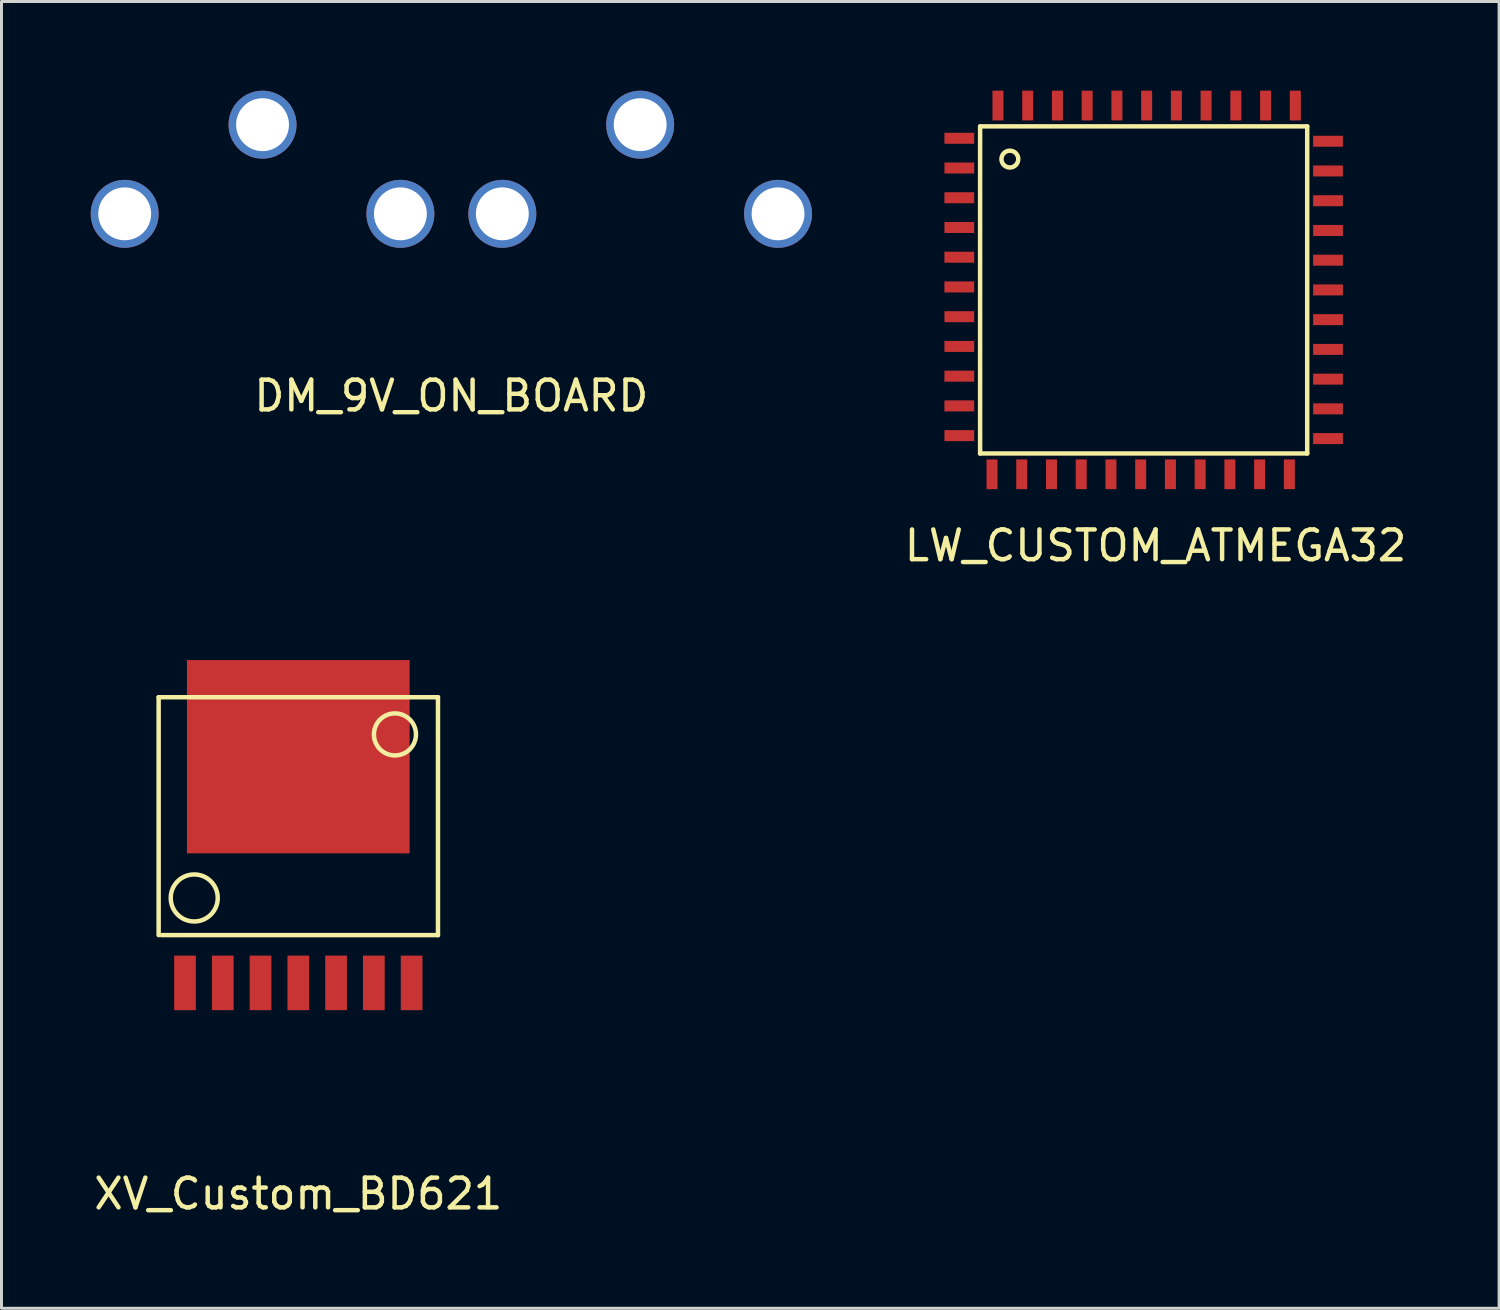
<source format=kicad_pcb>
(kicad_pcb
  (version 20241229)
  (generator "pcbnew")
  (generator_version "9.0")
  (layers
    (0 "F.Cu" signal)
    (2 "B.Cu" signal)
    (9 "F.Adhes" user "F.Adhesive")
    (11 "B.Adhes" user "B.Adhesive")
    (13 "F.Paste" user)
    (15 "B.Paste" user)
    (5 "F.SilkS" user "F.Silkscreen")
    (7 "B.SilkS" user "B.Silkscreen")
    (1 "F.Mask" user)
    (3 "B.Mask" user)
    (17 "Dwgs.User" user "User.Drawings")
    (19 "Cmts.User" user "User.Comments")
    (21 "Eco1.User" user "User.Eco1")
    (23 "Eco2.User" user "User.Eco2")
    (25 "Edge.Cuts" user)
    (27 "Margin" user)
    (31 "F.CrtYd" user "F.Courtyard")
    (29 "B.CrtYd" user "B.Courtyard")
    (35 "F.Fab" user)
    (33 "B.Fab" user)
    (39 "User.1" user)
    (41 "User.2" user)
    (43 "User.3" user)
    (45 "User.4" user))
  (footprint "XV_Custom_BD621"
    (layer "F.Cu")
    (at 6.982 24.398)
    (property "Reference" "XV_Custom_BD621" (at 0 12.7 0) (layer "F.SilkS") (effects (font (size 1 1) (thickness 0.15))))
    (attr through_hole)
    (fp_line (start -4.697 -4) (end 4.697 -4) (stroke (width 0.15) (type solid)) (layer "F.SilkS"))
    (fp_line (start -4.697 4) (end -4.697 -4) (stroke (width 0.15) (type solid)) (layer "F.SilkS"))
    (fp_line (start 4.697 -4) (end 4.697 4) (stroke (width 0.15) (type solid)) (layer "F.SilkS"))
    (fp_line (start 4.697 4) (end -4.6 4) (stroke (width 0.15) (type solid)) (layer "F.SilkS"))
    (fp_circle (center -3.5 2.75) (end -2.75 3) (stroke (width 0.15) (type solid)) (fill no) (layer "F.SilkS"))
    (fp_circle (center 3.25 -2.75) (end 2.75 -2.25) (stroke (width 0.15) (type solid)) (fill no) (layer "F.SilkS"))
    (pad "1" smd rect (at -3.81 5.606) (size 0.73 1.835) (layers "F.Cu" "F.Mask" "F.Paste"))
    (pad "2" smd rect (at -2.54 5.606) (size 0.73 1.835) (layers "F.Cu" "F.Mask" "F.Paste"))
    (pad "3" smd rect (at -1.27 5.606) (size 0.73 1.835) (layers "F.Cu" "F.Mask" "F.Paste"))
    (pad "4" smd rect (at 0 5.606) (size 0.73 1.835) (layers "F.Cu" "F.Mask" "F.Paste"))
    (pad "5" smd rect (at 1.27 5.606) (size 0.73 1.835) (layers "F.Cu" "F.Mask" "F.Paste"))
    (pad "6" smd rect (at 2.54 5.606) (size 0.73 1.835) (layers "F.Cu" "F.Mask" "F.Paste"))
    (pad "7" smd rect (at 3.81 5.606) (size 0.73 1.835) (layers "F.Cu" "F.Mask" "F.Paste"))
    (pad "8" smd rect (at 0 -2) (size 7.49 6.5) (layers "F.Cu" "F.Mask" "F.Paste")))
  (footprint "LW_CUSTOM_ATMEGA32"
    (layer "F.Cu")
    (at 35.811 9.3)
    (property "Reference" "LW_CUSTOM_ATMEGA32" (at 0 6 0) (layer "F.SilkS") (effects (font (size 1 1) (thickness 0.15))))
    (attr through_hole)
    (fp_line (start -5.9 -8.1) (end -5.9 2.9) (stroke (width 0.15) (type solid)) (layer "F.SilkS"))
    (fp_line (start -5.9 -8.1) (end 5.1 -8.1) (stroke (width 0.15) (type solid)) (layer "F.SilkS"))
    (fp_line (start -5.9 2.9) (end 5.1 2.9) (stroke (width 0.15) (type solid)) (layer "F.SilkS"))
    (fp_line (start 5.1 2.9) (end 5.1 -8.1) (stroke (width 0.15) (type solid)) (layer "F.SilkS"))
    (fp_circle (center -4.9 -7) (end -4.7 -6.8) (stroke (width 0.15) (type solid)) (fill no) (layer "F.SilkS"))
    (pad "1" smd rect (at -6.6 -7.7 180) (size 1 0.37) (layers "F.Cu" "F.Mask" "F.Paste"))
    (pad "2" smd rect (at -6.6 -6.7 180) (size 1 0.37) (layers "F.Cu" "F.Mask" "F.Paste"))
    (pad "3" smd rect (at -6.6 -5.7 180) (size 1 0.37) (layers "F.Cu" "F.Mask" "F.Paste"))
    (pad "4" smd rect (at -6.6 -4.7 180) (size 1 0.37) (layers "F.Cu" "F.Mask" "F.Paste"))
    (pad "5" smd rect (at -6.6 -3.7 180) (size 1 0.37) (layers "F.Cu" "F.Mask" "F.Paste"))
    (pad "6" smd rect (at -6.6 -2.7 180) (size 1 0.37) (layers "F.Cu" "F.Mask" "F.Paste"))
    (pad "7" smd rect (at -6.6 -1.7 180) (size 1 0.37) (layers "F.Cu" "F.Mask" "F.Paste"))
    (pad "8" smd rect (at -6.6 -0.7 180) (size 1 0.37) (layers "F.Cu" "F.Mask" "F.Paste"))
    (pad "9" smd rect (at -6.6 0.3 180) (size 1 0.37) (layers "F.Cu" "F.Mask" "F.Paste"))
    (pad "10" smd rect (at -6.6 1.3 180) (size 1 0.37) (layers "F.Cu" "F.Mask" "F.Paste"))
    (pad "11" smd rect (at -6.6 2.3 180) (size 1 0.37) (layers "F.Cu" "F.Mask" "F.Paste"))
    (pad "12" smd rect (at -5.5 3.6 270) (size 1 0.37) (layers "F.Cu" "F.Mask" "F.Paste"))
    (pad "13" smd rect (at -4.5 3.6 270) (size 1 0.37) (layers "F.Cu" "F.Mask" "F.Paste"))
    (pad "14" smd rect (at -3.5 3.6 270) (size 1 0.37) (layers "F.Cu" "F.Mask" "F.Paste"))
    (pad "15" smd rect (at -2.5 3.6 270) (size 1 0.37) (layers "F.Cu" "F.Mask" "F.Paste"))
    (pad "16" smd rect (at -1.5 3.6 270) (size 1 0.37) (layers "F.Cu" "F.Mask" "F.Paste"))
    (pad "17" smd rect (at -0.5 3.6 270) (size 1 0.37) (layers "F.Cu" "F.Mask" "F.Paste"))
    (pad "18" smd rect (at 0.5 3.6 270) (size 1 0.37) (layers "F.Cu" "F.Mask" "F.Paste"))
    (pad "19" smd rect (at 1.5 3.6 270) (size 1 0.37) (layers "F.Cu" "F.Mask" "F.Paste"))
    (pad "20" smd rect (at 2.5 3.6 270) (size 1 0.37) (layers "F.Cu" "F.Mask" "F.Paste"))
    (pad "21" smd rect (at 3.5 3.6 270) (size 1 0.37) (layers "F.Cu" "F.Mask" "F.Paste"))
    (pad "22" smd rect (at 4.5 3.6 270) (size 1 0.37) (layers "F.Cu" "F.Mask" "F.Paste"))
    (pad "23" smd rect (at 5.8 2.4) (size 1 0.37) (layers "F.Cu" "F.Mask" "F.Paste"))
    (pad "24" smd rect (at 5.8 1.4 180) (size 1 0.37) (layers "F.Cu" "F.Mask" "F.Paste"))
    (pad "25" smd rect (at 5.8 0.4 180) (size 1 0.37) (layers "F.Cu" "F.Mask" "F.Paste"))
    (pad "26" smd rect (at 5.8 -0.6 180) (size 1 0.37) (layers "F.Cu" "F.Mask" "F.Paste"))
    (pad "27" smd rect (at 5.8 -1.6 180) (size 1 0.37) (layers "F.Cu" "F.Mask" "F.Paste"))
    (pad "28" smd rect (at 5.8 -2.6 180) (size 1 0.37) (layers "F.Cu" "F.Mask" "F.Paste"))
    (pad "29" smd rect (at 5.8 -3.6 180) (size 1 0.37) (layers "F.Cu" "F.Mask" "F.Paste"))
    (pad "30" smd rect (at 5.8 -4.6 180) (size 1 0.37) (layers "F.Cu" "F.Mask" "F.Paste"))
    (pad "31" smd rect (at 5.8 -5.6 180) (size 1 0.37) (layers "F.Cu" "F.Mask" "F.Paste"))
    (pad "32" smd rect (at 5.8 -6.6 180) (size 1 0.37) (layers "F.Cu" "F.Mask" "F.Paste"))
    (pad "33" smd rect (at 5.8 -7.6 180) (size 1 0.37) (layers "F.Cu" "F.Mask" "F.Paste"))
    (pad "34" smd rect (at 4.7 -8.8 270) (size 1 0.37) (layers "F.Cu" "F.Mask" "F.Paste"))
    (pad "35" smd rect (at 3.7 -8.8 270) (size 1 0.37) (layers "F.Cu" "F.Mask" "F.Paste"))
    (pad "36" smd rect (at 2.7 -8.8 270) (size 1 0.37) (layers "F.Cu" "F.Mask" "F.Paste"))
    (pad "37" smd rect (at 1.7 -8.8 270) (size 1 0.37) (layers "F.Cu" "F.Mask" "F.Paste"))
    (pad "38" smd rect (at 0.7 -8.8 270) (size 1 0.37) (layers "F.Cu" "F.Mask" "F.Paste"))
    (pad "39" smd rect (at -0.3 -8.8 270) (size 1 0.37) (layers "F.Cu" "F.Mask" "F.Paste"))
    (pad "40" smd rect (at -1.3 -8.8 270) (size 1 0.37) (layers "F.Cu" "F.Mask" "F.Paste"))
    (pad "41" smd rect (at -2.3 -8.8 270) (size 1 0.37) (layers "F.Cu" "F.Mask" "F.Paste"))
    (pad "42" smd rect (at -3.3 -8.8 270) (size 1 0.37) (layers "F.Cu" "F.Mask" "F.Paste"))
    (pad "43" smd rect (at -4.3 -8.8 270) (size 1 0.37) (layers "F.Cu" "F.Mask" "F.Paste"))
    (pad "44" smd rect (at -5.3 -8.8 270) (size 1 0.37) (layers "F.Cu" "F.Mask" "F.Paste")))
  (footprint "DM_9V_ON_BOARD"
    (layer "F.Cu")
    (at 12.129 2.642)
    (property "Reference" "DM_9V_ON_BOARD" (at 0 7.62 0) (layer "F.SilkS") (effects (font (size 1 1) (thickness 0.15))))
    (attr through_hole)
    (pad "1" thru_hole circle (at -10.986 1.499) (size 2.286 2.286) (drill 1.778) (layers "*.Cu" "*.Mask"))
    (pad "1" thru_hole circle (at -6.35 -1.499) (size 2.286 2.286) (drill 1.778) (layers "*.Cu" "*.Mask"))
    (pad "1" thru_hole circle (at -1.714 1.499) (size 2.286 2.286) (drill 1.778) (layers "*.Cu" "*.Mask"))
    (pad "2" thru_hole circle (at 1.714 1.499) (size 2.286 2.286) (drill 1.778) (layers "*.Cu" "*.Mask"))
    (pad "2" thru_hole circle (at 6.35 -1.499) (size 2.286 2.286) (drill 1.778) (layers "*.Cu" "*.Mask"))
    (pad "2" thru_hole circle (at 10.986 1.499) (size 2.286 2.286) (drill 1.778) (layers "*.Cu" "*.Mask")))
  (gr_rect
    (start -3 -3)
    (end 47.364 40.947)
    (stroke (width 0.1) (type default))
    (fill no)
    (layer "Edge.Cuts")))
</source>
